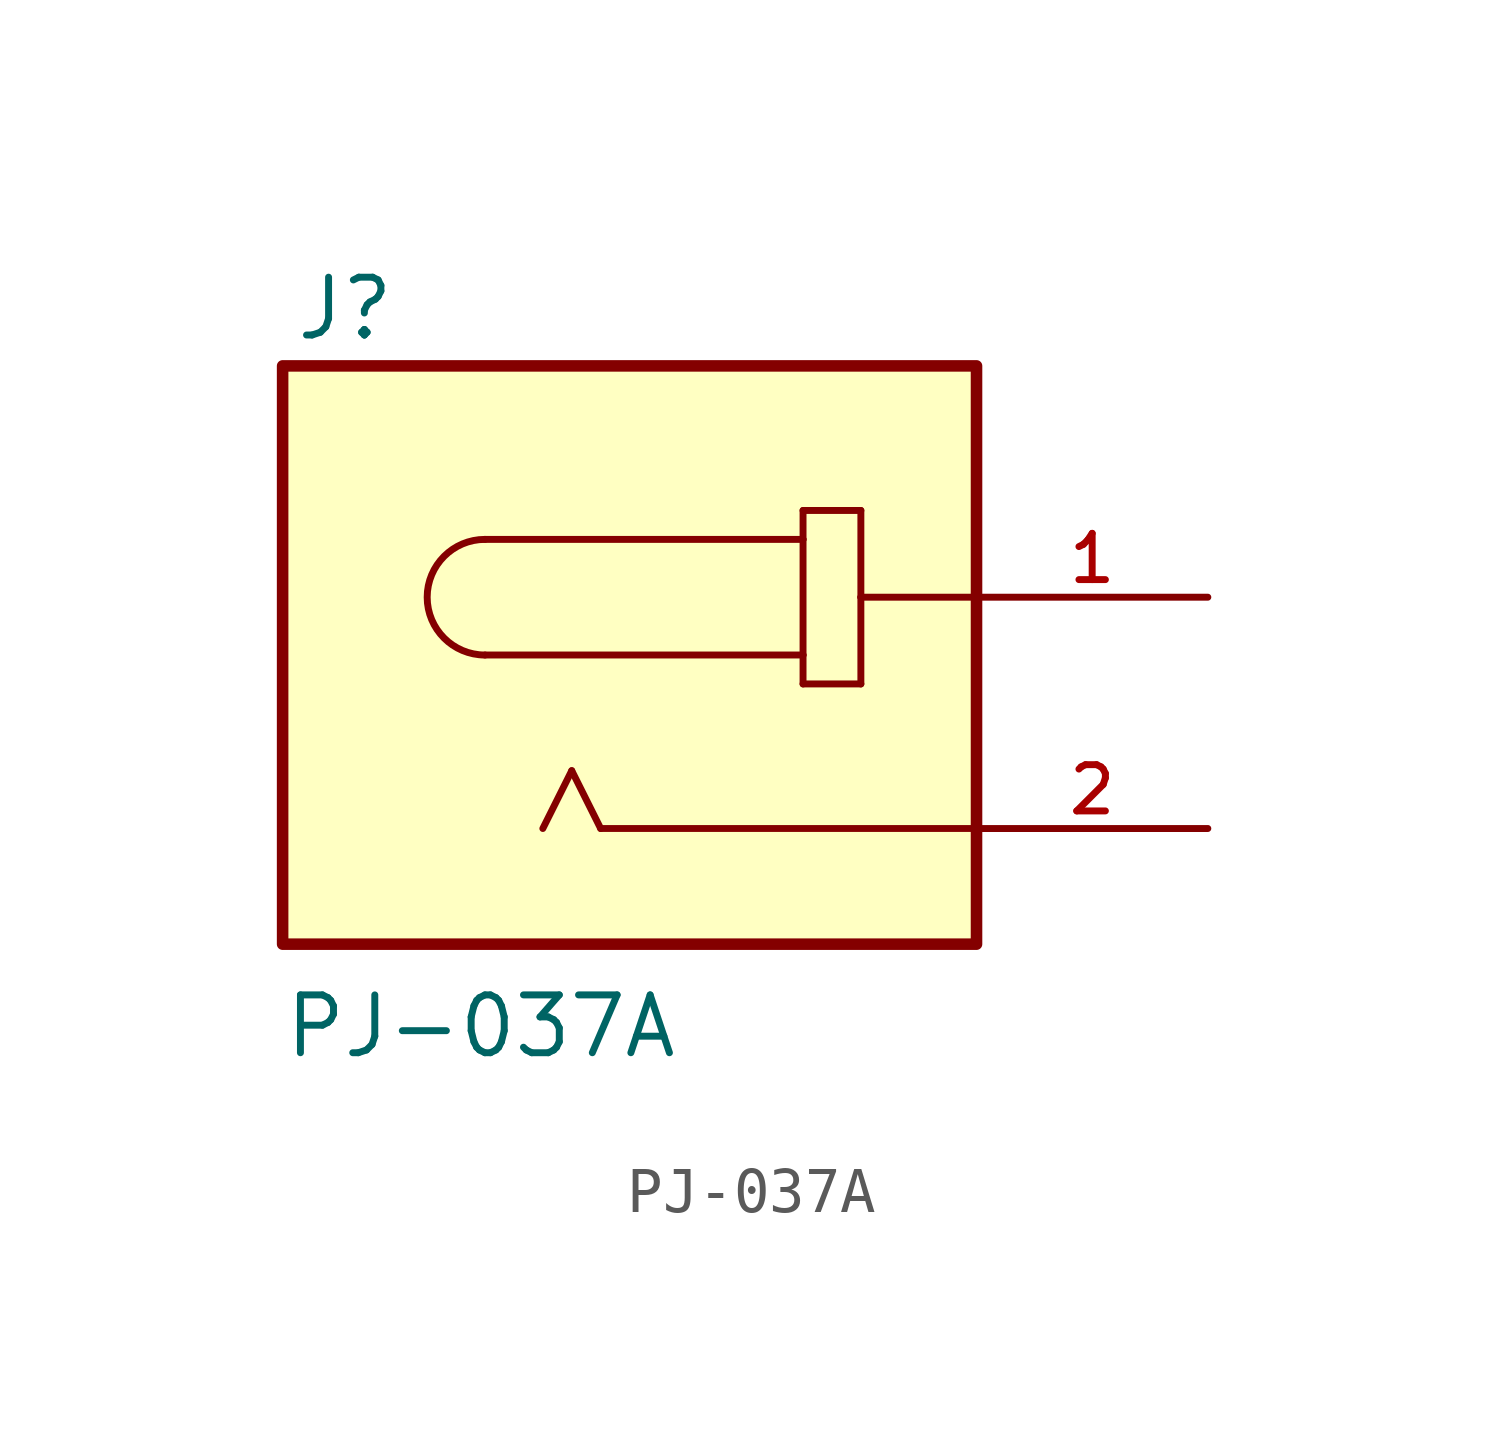
<source format=kicad_sym>
(kicad_symbol_lib
  (version 20231120)
  (generator "kicad_symbol_editor")
  (generator_version "8.0")
  (symbol "PJ-037A"
    (pin_names
      (offset 1.016))
    (property "Reference" "J"
      (at -12.456 8.135 0)
      (effects (font (size 1.27 1.27)) (justify left bottom)))
    (property "Value" "PJ-037A"
      (at -12.711 -7.628 0)
      (effects (font (size 1.27 1.27)) (justify left bottom)))
    (symbol "PJ-037A_0_0"
      (rectangle (start -12.7 -5.08) (end 2.54 7.62) (stroke (width 0.254) (type default)) (fill (type background)))
      (arc (start -8.255 3.81) (mid -9.5194 2.54) (end -8.255 1.27) (stroke (width 0.1524) (type default)) (fill (type none)))
      (polyline (pts (xy -8.255 3.81) (xy -1.27 3.81)) (stroke (width 0.152) (type default)) (fill (type none)))
      (polyline (pts (xy -6.35 -1.27) (xy -6.985 -2.54)) (stroke (width 0.152) (type default)) (fill (type none)))
      (polyline (pts (xy -5.715 -2.54) (xy -6.35 -1.27)) (stroke (width 0.152) (type default)) (fill (type none)))
      (polyline (pts (xy -1.27 0.635) (xy 0 0.635)) (stroke (width 0.152) (type default)) (fill (type none)))
      (polyline (pts (xy -1.27 1.27) (xy -8.255 1.27)) (stroke (width 0.152) (type default)) (fill (type none)))
      (polyline (pts (xy -1.27 1.27) (xy -1.27 0.635)) (stroke (width 0.152) (type default)) (fill (type none)))
      (polyline (pts (xy -1.27 3.81) (xy -1.27 1.27)) (stroke (width 0.152) (type default)) (fill (type none)))
      (polyline (pts (xy -1.27 4.445) (xy -1.27 3.81)) (stroke (width 0.152) (type default)) (fill (type none)))
      (polyline (pts (xy 0 0.635) (xy 0 2.54)) (stroke (width 0.152) (type default)) (fill (type none)))
      (polyline (pts (xy 0 2.54) (xy 0 4.445)) (stroke (width 0.152) (type default)) (fill (type none)))
      (polyline (pts (xy 0 4.445) (xy -1.27 4.445)) (stroke (width 0.152) (type default)) (fill (type none)))
      (polyline (pts (xy 2.54 -2.54) (xy -5.715 -2.54)) (stroke (width 0.152) (type default)) (fill (type none)))
      (polyline (pts (xy 2.54 2.54) (xy 0 2.54)) (stroke (width 0.152) (type default)) (fill (type none)))
      (pin passive line (at 7.62 2.54 180) (length 5.08) (name "~" (effects (font (size 1.016 1.016)))) (number "1" (effects (font (size 1.016 1.016)))))
      (pin passive line (at 7.62 -2.54 180) (length 5.08) (name "~" (effects (font (size 1.016 1.016)))) (number "2" (effects (font (size 1.016 1.016))))))))
</source>
